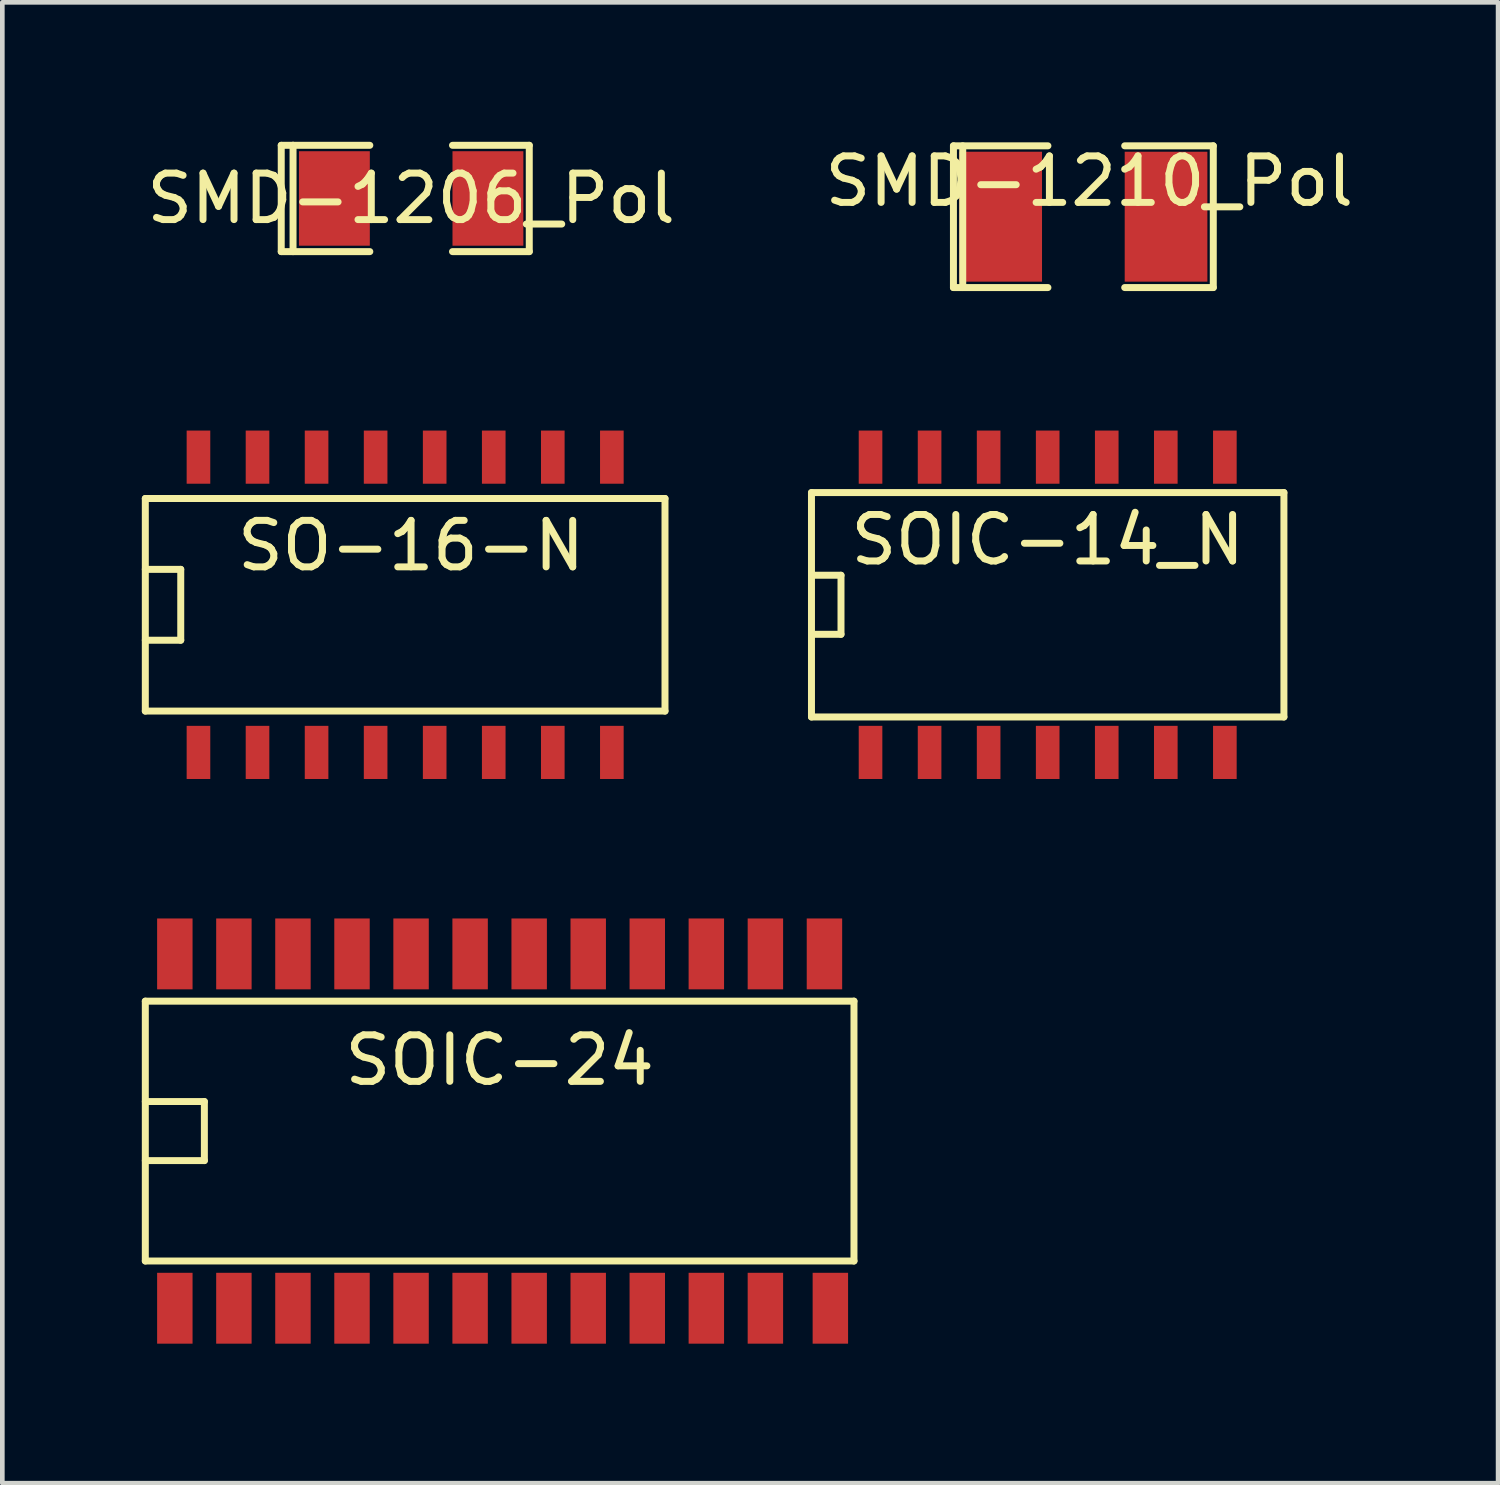
<source format=kicad_pcb>
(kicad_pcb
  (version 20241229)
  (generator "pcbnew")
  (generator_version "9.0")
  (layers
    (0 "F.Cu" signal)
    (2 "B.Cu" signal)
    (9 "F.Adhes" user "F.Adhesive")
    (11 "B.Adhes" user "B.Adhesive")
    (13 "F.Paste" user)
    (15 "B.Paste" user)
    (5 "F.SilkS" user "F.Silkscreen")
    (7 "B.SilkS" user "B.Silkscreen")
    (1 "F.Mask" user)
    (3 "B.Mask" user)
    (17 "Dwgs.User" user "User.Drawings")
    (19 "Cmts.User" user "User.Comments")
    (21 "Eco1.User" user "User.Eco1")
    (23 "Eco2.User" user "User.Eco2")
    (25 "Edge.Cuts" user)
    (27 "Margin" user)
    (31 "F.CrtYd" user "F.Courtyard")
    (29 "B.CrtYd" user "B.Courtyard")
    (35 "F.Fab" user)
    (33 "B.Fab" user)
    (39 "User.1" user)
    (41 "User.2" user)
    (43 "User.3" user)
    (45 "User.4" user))
  (footprint "SOIC-24"
    (layer "F.Cu")
    (at 7.695 21.274)
    (property "Reference" "SOIC-24" (at 0 -1.524 0) (layer "F.SilkS") (effects (font (size 1 1) (thickness 0.15))))
    (attr smd)
    (fp_line (start -7.62 -2.794) (end -7.62 2.794) (stroke (width 0.15) (type solid)) (layer "F.SilkS"))
    (fp_line (start -7.62 -0.635) (end -6.35 -0.635) (stroke (width 0.15) (type solid)) (layer "F.SilkS"))
    (fp_line (start -7.62 2.794) (end 7.62 2.794) (stroke (width 0.15) (type solid)) (layer "F.SilkS"))
    (fp_line (start -6.35 -0.635) (end -6.35 0.635) (stroke (width 0.15) (type solid)) (layer "F.SilkS"))
    (fp_line (start -6.35 0.635) (end -7.62 0.635) (stroke (width 0.15) (type solid)) (layer "F.SilkS"))
    (fp_line (start 7.62 -2.794) (end -7.62 -2.794) (stroke (width 0.15) (type solid)) (layer "F.SilkS"))
    (fp_line (start 7.62 -2.794) (end 7.62 2.794) (stroke (width 0.15) (type solid)) (layer "F.SilkS"))
    (pad "1" smd rect (at -6.985 3.81) (size 0.762 1.524) (layers "F.Cu" "F.Mask" "F.Paste"))
    (pad "2" smd rect (at -5.715 3.81) (size 0.762 1.524) (layers "F.Cu" "F.Mask" "F.Paste"))
    (pad "3" smd rect (at -4.445 3.81) (size 0.762 1.524) (layers "F.Cu" "F.Mask" "F.Paste"))
    (pad "4" smd rect (at -3.175 3.81) (size 0.762 1.524) (layers "F.Cu" "F.Mask" "F.Paste"))
    (pad "5" smd rect (at -1.905 3.81) (size 0.762 1.524) (layers "F.Cu" "F.Mask" "F.Paste"))
    (pad "6" smd rect (at -0.635 3.81) (size 0.762 1.524) (layers "F.Cu" "F.Mask" "F.Paste"))
    (pad "7" smd rect (at 0.635 3.81) (size 0.762 1.524) (layers "F.Cu" "F.Mask" "F.Paste"))
    (pad "8" smd rect (at 1.905 3.81) (size 0.762 1.524) (layers "F.Cu" "F.Mask" "F.Paste"))
    (pad "9" smd rect (at 3.175 3.81) (size 0.762 1.524) (layers "F.Cu" "F.Mask" "F.Paste"))
    (pad "10" smd rect (at 4.445 3.81) (size 0.762 1.524) (layers "F.Cu" "F.Mask" "F.Paste"))
    (pad "11" smd rect (at 5.715 3.81) (size 0.762 1.524) (layers "F.Cu" "F.Mask" "F.Paste"))
    (pad "12" smd rect (at 7.112 3.81) (size 0.762 1.524) (layers "F.Cu" "F.Mask" "F.Paste"))
    (pad "13" smd rect (at 6.985 -3.81) (size 0.762 1.524) (layers "F.Cu" "F.Mask" "F.Paste"))
    (pad "14" smd rect (at 5.715 -3.81) (size 0.762 1.524) (layers "F.Cu" "F.Mask" "F.Paste"))
    (pad "15" smd rect (at 4.445 -3.81) (size 0.762 1.524) (layers "F.Cu" "F.Mask" "F.Paste"))
    (pad "16" smd rect (at 3.175 -3.81) (size 0.762 1.524) (layers "F.Cu" "F.Mask" "F.Paste"))
    (pad "17" smd rect (at 1.905 -3.81) (size 0.762 1.524) (layers "F.Cu" "F.Mask" "F.Paste"))
    (pad "18" smd rect (at 0.635 -3.81) (size 0.762 1.524) (layers "F.Cu" "F.Mask" "F.Paste"))
    (pad "19" smd rect (at -0.635 -3.81) (size 0.762 1.524) (layers "F.Cu" "F.Mask" "F.Paste"))
    (pad "20" smd rect (at -1.905 -3.81) (size 0.762 1.524) (layers "F.Cu" "F.Mask" "F.Paste"))
    (pad "21" smd rect (at -3.175 -3.81) (size 0.762 1.524) (layers "F.Cu" "F.Mask" "F.Paste"))
    (pad "22" smd rect (at -4.445 -3.81) (size 0.762 1.524) (layers "F.Cu" "F.Mask" "F.Paste"))
    (pad "23" smd rect (at -5.715 -3.81) (size 0.762 1.524) (layers "F.Cu" "F.Mask" "F.Paste"))
    (pad "24" smd rect (at -6.985 -3.81) (size 0.762 1.524) (layers "F.Cu" "F.Mask" "F.Paste")))
  (footprint "SOIC-14_N"
    (layer "F.Cu")
    (at 19.481 9.829)
    (property "Reference" "SOIC-14_N" (at 0 -1.27 0) (layer "F.SilkS") (effects (font (size 1 1) (thickness 0.15))))
    (attr smd)
    (fp_line (start -5.08 -2.286) (end 5.08 -2.286) (stroke (width 0.15) (type solid)) (layer "F.SilkS"))
    (fp_line (start -5.08 -0.508) (end -4.445 -0.508) (stroke (width 0.15) (type solid)) (layer "F.SilkS"))
    (fp_line (start -5.08 2.54) (end -5.08 -2.286) (stroke (width 0.15) (type solid)) (layer "F.SilkS"))
    (fp_line (start -4.445 -0.508) (end -4.445 0.762) (stroke (width 0.15) (type solid)) (layer "F.SilkS"))
    (fp_line (start -4.445 0.762) (end -5.08 0.762) (stroke (width 0.15) (type solid)) (layer "F.SilkS"))
    (fp_line (start 5.08 -2.286) (end 5.08 2.54) (stroke (width 0.15) (type solid)) (layer "F.SilkS"))
    (fp_line (start 5.08 2.54) (end -5.08 2.54) (stroke (width 0.15) (type solid)) (layer "F.SilkS"))
    (pad "1" smd rect (at -3.81 3.302) (size 0.508 1.143) (layers "F.Cu" "F.Mask" "F.Paste"))
    (pad "2" smd rect (at -2.54 3.302) (size 0.508 1.143) (layers "F.Cu" "F.Mask" "F.Paste"))
    (pad "3" smd rect (at -1.27 3.302) (size 0.508 1.143) (layers "F.Cu" "F.Mask" "F.Paste"))
    (pad "4" smd rect (at 0 3.302) (size 0.508 1.143) (layers "F.Cu" "F.Mask" "F.Paste"))
    (pad "5" smd rect (at 1.27 3.302) (size 0.508 1.143) (layers "F.Cu" "F.Mask" "F.Paste"))
    (pad "6" smd rect (at 2.54 3.302) (size 0.508 1.143) (layers "F.Cu" "F.Mask" "F.Paste"))
    (pad "7" smd rect (at 3.81 3.302) (size 0.508 1.143) (layers "F.Cu" "F.Mask" "F.Paste"))
    (pad "8" smd rect (at 3.81 -3.048) (size 0.508 1.143) (layers "F.Cu" "F.Mask" "F.Paste"))
    (pad "9" smd rect (at 2.54 -3.048) (size 0.508 1.143) (layers "F.Cu" "F.Mask" "F.Paste"))
    (pad "10" smd rect (at 1.27 -3.048) (size 0.508 1.143) (layers "F.Cu" "F.Mask" "F.Paste"))
    (pad "11" smd rect (at 0 -3.048) (size 0.508 1.143) (layers "F.Cu" "F.Mask" "F.Paste"))
    (pad "12" smd rect (at -1.27 -3.048) (size 0.508 1.143) (layers "F.Cu" "F.Mask" "F.Paste"))
    (pad "13" smd rect (at -2.54 -3.048) (size 0.508 1.143) (layers "F.Cu" "F.Mask" "F.Paste"))
    (pad "14" smd rect (at -3.81 -3.048) (size 0.508 1.143) (layers "F.Cu" "F.Mask" "F.Paste")))
  (footprint "SMD-1206_Pol"
    (layer "F.Cu")
    (at 5.792 1.218)
    (property "Reference" "SMD-1206_Pol" (at 0 0 0) (layer "F.SilkS") (effects (font (size 1 1) (thickness 0.15))))
    (attr smd)
    (fp_line (start -2.794 -1.143) (end -2.794 1.143) (stroke (width 0.15) (type solid)) (layer "F.SilkS"))
    (fp_line (start -2.794 1.143) (end -2.54 1.143) (stroke (width 0.15) (type solid)) (layer "F.SilkS"))
    (fp_line (start -2.54 -1.143) (end -2.794 -1.143) (stroke (width 0.15) (type solid)) (layer "F.SilkS"))
    (fp_line (start -2.54 -1.143) (end -2.54 1.143) (stroke (width 0.15) (type solid)) (layer "F.SilkS"))
    (fp_line (start -2.54 1.143) (end -0.889 1.143) (stroke (width 0.15) (type solid)) (layer "F.SilkS"))
    (fp_line (start -0.889 -1.143) (end -2.54 -1.143) (stroke (width 0.15) (type solid)) (layer "F.SilkS"))
    (fp_line (start 0.889 -1.143) (end 2.54 -1.143) (stroke (width 0.15) (type solid)) (layer "F.SilkS"))
    (fp_line (start 2.54 -1.143) (end 2.54 1.143) (stroke (width 0.15) (type solid)) (layer "F.SilkS"))
    (fp_line (start 2.54 1.143) (end 0.889 1.143) (stroke (width 0.15) (type solid)) (layer "F.SilkS"))
    (pad "1" smd rect (at -1.651 0) (size 1.524 2.032) (layers "F.Cu" "F.Mask" "F.Paste"))
    (pad "2" smd rect (at 1.651 0) (size 1.524 2.032) (layers "F.Cu" "F.Mask" "F.Paste")))
  (footprint "SMD-1210_Pol"
    (layer "F.Cu")
    (at 20.248 1.61)
    (property "Reference" "SMD-1210_Pol" (at 0.127 -0.762 0) (layer "F.SilkS") (effects (font (size 1 1) (thickness 0.15))))
    (attr smd)
    (fp_line (start -2.794 -1.524) (end -2.794 1.524) (stroke (width 0.15) (type solid)) (layer "F.SilkS"))
    (fp_line (start -2.794 1.524) (end -0.762 1.524) (stroke (width 0.15) (type solid)) (layer "F.SilkS"))
    (fp_line (start -2.594 -1.524) (end -2.594 1.524) (stroke (width 0.15) (type solid)) (layer "F.SilkS"))
    (fp_line (start -0.762 -1.524) (end -2.794 -1.524) (stroke (width 0.15) (type solid)) (layer "F.SilkS"))
    (fp_line (start 0.889 1.524) (end 2.794 1.524) (stroke (width 0.15) (type solid)) (layer "F.SilkS"))
    (fp_line (start 2.794 -1.524) (end 0.889 -1.524) (stroke (width 0.15) (type solid)) (layer "F.SilkS"))
    (fp_line (start 2.794 1.524) (end 2.794 -1.524) (stroke (width 0.15) (type solid)) (layer "F.SilkS"))
    (pad "1" smd rect (at -1.778 0) (size 1.778 2.794) (layers "F.Cu" "F.Mask" "F.Paste"))
    (pad "2" smd rect (at 1.778 0) (size 1.778 2.794) (layers "F.Cu" "F.Mask" "F.Paste")))
  (footprint "SO-16-N"
    (layer "F.Cu")
    (at 5.663 9.956)
    (property "Reference" "SO-16-N" (at 0.127 -1.27 0) (layer "F.SilkS") (effects (font (size 1 1) (thickness 0.15))))
    (attr smd)
    (fp_line (start -5.588 -2.286) (end 5.588 -2.286) (stroke (width 0.15) (type solid)) (layer "F.SilkS"))
    (fp_line (start -5.588 -0.762) (end -4.826 -0.762) (stroke (width 0.15) (type solid)) (layer "F.SilkS"))
    (fp_line (start -5.588 2.286) (end -5.588 -2.286) (stroke (width 0.15) (type solid)) (layer "F.SilkS"))
    (fp_line (start -4.826 -0.762) (end -4.826 0.762) (stroke (width 0.15) (type solid)) (layer "F.SilkS"))
    (fp_line (start -4.826 0.762) (end -5.588 0.762) (stroke (width 0.15) (type solid)) (layer "F.SilkS"))
    (fp_line (start 5.588 -2.286) (end 5.588 2.286) (stroke (width 0.15) (type solid)) (layer "F.SilkS"))
    (fp_line (start 5.588 2.286) (end -5.588 2.286) (stroke (width 0.15) (type solid)) (layer "F.SilkS"))
    (pad "1" smd rect (at -4.445 3.175) (size 0.508 1.143) (layers "F.Cu" "F.Mask" "F.Paste"))
    (pad "2" smd rect (at -3.175 3.175) (size 0.508 1.143) (layers "F.Cu" "F.Mask" "F.Paste"))
    (pad "3" smd rect (at -1.905 3.175) (size 0.508 1.143) (layers "F.Cu" "F.Mask" "F.Paste"))
    (pad "4" smd rect (at -0.635 3.175) (size 0.508 1.143) (layers "F.Cu" "F.Mask" "F.Paste"))
    (pad "5" smd rect (at 0.635 3.175) (size 0.508 1.143) (layers "F.Cu" "F.Mask" "F.Paste"))
    (pad "6" smd rect (at 1.905 3.175) (size 0.508 1.143) (layers "F.Cu" "F.Mask" "F.Paste"))
    (pad "7" smd rect (at 3.175 3.175) (size 0.508 1.143) (layers "F.Cu" "F.Mask" "F.Paste"))
    (pad "8" smd rect (at 4.445 3.175) (size 0.508 1.143) (layers "F.Cu" "F.Mask" "F.Paste"))
    (pad "9" smd rect (at 4.445 -3.175) (size 0.508 1.143) (layers "F.Cu" "F.Mask" "F.Paste"))
    (pad "10" smd rect (at 3.175 -3.175) (size 0.508 1.143) (layers "F.Cu" "F.Mask" "F.Paste"))
    (pad "11" smd rect (at 1.905 -3.175) (size 0.508 1.143) (layers "F.Cu" "F.Mask" "F.Paste"))
    (pad "12" smd rect (at 0.635 -3.175) (size 0.508 1.143) (layers "F.Cu" "F.Mask" "F.Paste"))
    (pad "13" smd rect (at -0.635 -3.175) (size 0.508 1.143) (layers "F.Cu" "F.Mask" "F.Paste"))
    (pad "14" smd rect (at -1.905 -3.175) (size 0.508 1.143) (layers "F.Cu" "F.Mask" "F.Paste"))
    (pad "15" smd rect (at -3.175 -3.175) (size 0.508 1.143) (layers "F.Cu" "F.Mask" "F.Paste"))
    (pad "16" smd rect (at -4.445 -3.175) (size 0.508 1.143) (layers "F.Cu" "F.Mask" "F.Paste")))
  (gr_rect
    (start -3 -3)
    (end 29.167 28.846)
    (stroke (width 0.1) (type default))
    (fill no)
    (layer "Edge.Cuts")))
</source>
